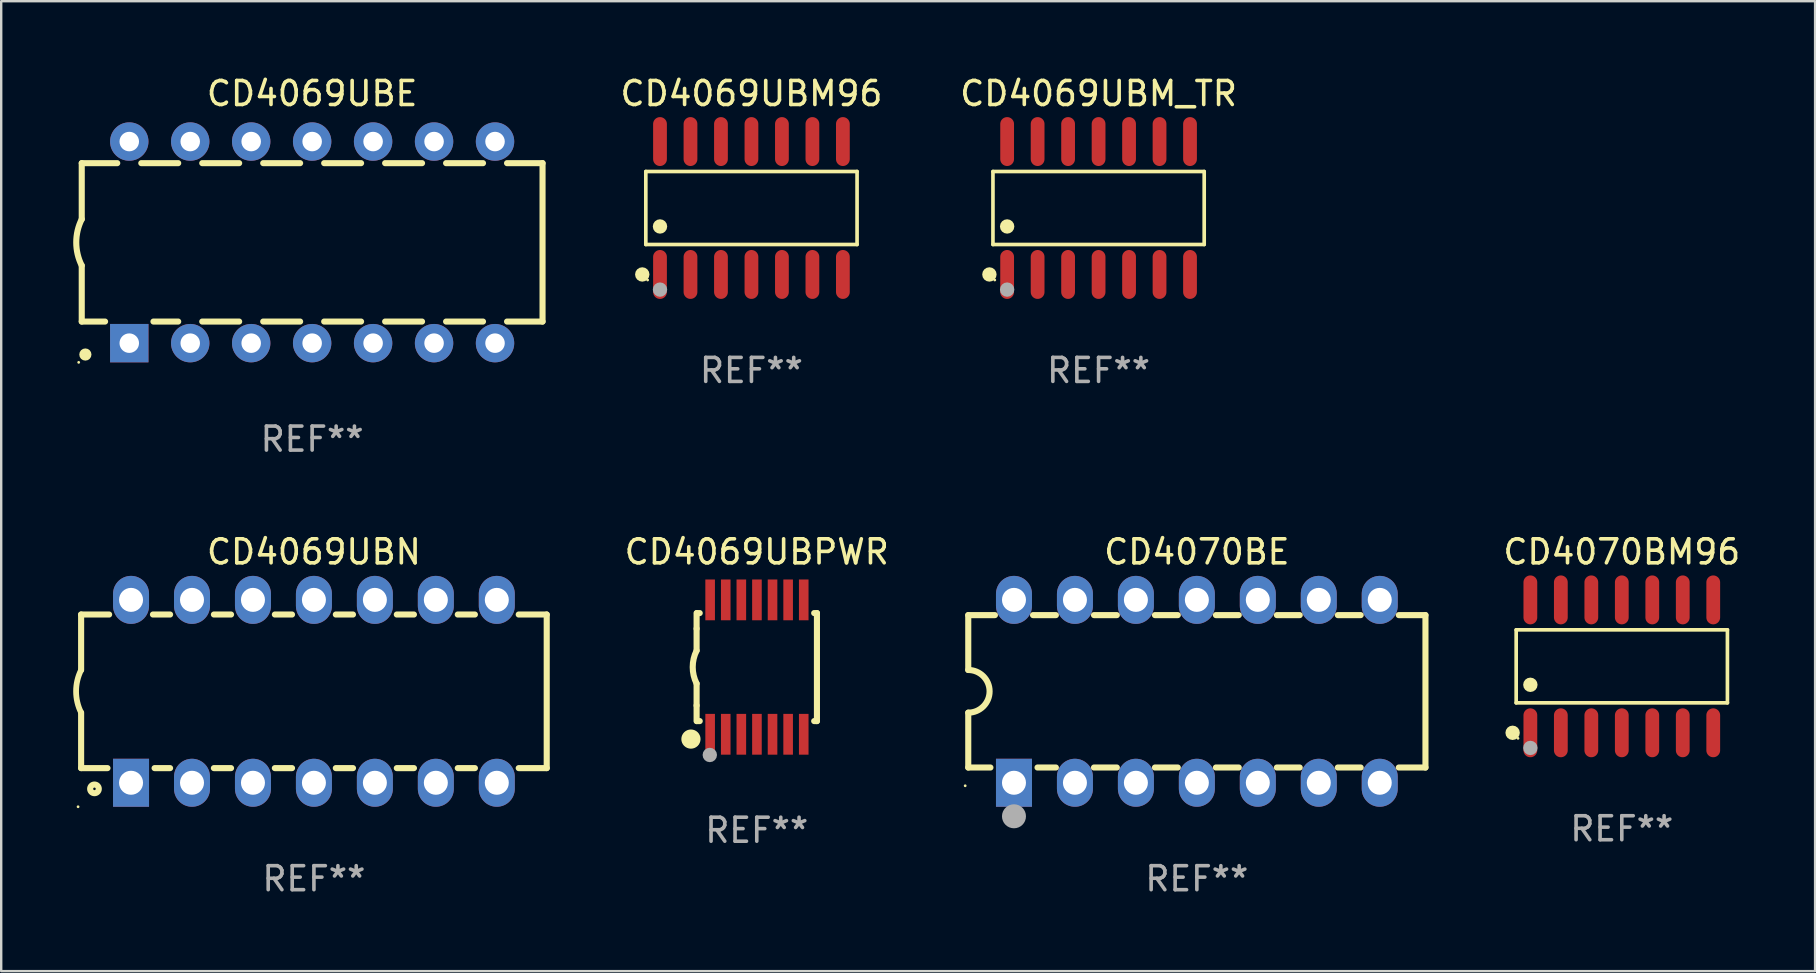
<source format=kicad_pcb>
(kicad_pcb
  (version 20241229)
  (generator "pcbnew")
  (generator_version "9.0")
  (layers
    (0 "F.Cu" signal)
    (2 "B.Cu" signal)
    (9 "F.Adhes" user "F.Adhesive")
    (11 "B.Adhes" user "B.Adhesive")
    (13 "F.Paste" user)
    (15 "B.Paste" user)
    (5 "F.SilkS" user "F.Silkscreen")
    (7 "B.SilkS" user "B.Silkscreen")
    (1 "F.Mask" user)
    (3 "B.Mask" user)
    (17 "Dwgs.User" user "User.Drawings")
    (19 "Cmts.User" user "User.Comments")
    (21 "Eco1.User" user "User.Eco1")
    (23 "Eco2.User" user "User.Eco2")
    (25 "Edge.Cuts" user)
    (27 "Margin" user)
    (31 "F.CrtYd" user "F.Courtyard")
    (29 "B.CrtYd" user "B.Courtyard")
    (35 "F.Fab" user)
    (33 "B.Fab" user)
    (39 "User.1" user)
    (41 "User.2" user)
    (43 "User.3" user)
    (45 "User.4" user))
  (footprint "CD4070BE"
    (layer "F.Cu")
    (at 46.819 25.755)
    (property "Reference" "CD4070BE" (at 0 -5.81 0) (layer "F.SilkS") (effects (font (size 1 1) (thickness 0.15))))
    (attr through_hole)
    (fp_line (start -9.525 -3.175) (end -9.525 -0.889) (stroke (width 0.254) (type solid)) (layer "F.SilkS"))
    (fp_line (start -9.525 -3.175) (end -8.414 -3.175) (stroke (width 0.254) (type solid)) (layer "F.SilkS"))
    (fp_line (start -9.525 3.175) (end -9.525 0.889) (stroke (width 0.254) (type solid)) (layer "F.SilkS"))
    (fp_line (start -8.601 3.175) (end -9.525 3.175) (stroke (width 0.254) (type solid)) (layer "F.SilkS"))
    (fp_line (start -6.826 -3.175) (end -5.874 -3.175) (stroke (width 0.254) (type solid)) (layer "F.SilkS"))
    (fp_line (start -5.874 3.175) (end -6.639 3.175) (stroke (width 0.254) (type solid)) (layer "F.SilkS"))
    (fp_line (start -4.286 -3.175) (end -3.334 -3.175) (stroke (width 0.254) (type solid)) (layer "F.SilkS"))
    (fp_line (start -3.334 3.175) (end -4.286 3.175) (stroke (width 0.254) (type solid)) (layer "F.SilkS"))
    (fp_line (start -1.746 -3.175) (end -0.794 -3.175) (stroke (width 0.254) (type solid)) (layer "F.SilkS"))
    (fp_line (start -0.794 3.175) (end -1.746 3.175) (stroke (width 0.254) (type solid)) (layer "F.SilkS"))
    (fp_line (start 0.794 -3.175) (end 1.746 -3.175) (stroke (width 0.254) (type solid)) (layer "F.SilkS"))
    (fp_line (start 1.746 3.175) (end 0.794 3.175) (stroke (width 0.254) (type solid)) (layer "F.SilkS"))
    (fp_line (start 3.334 -3.175) (end 4.286 -3.175) (stroke (width 0.254) (type solid)) (layer "F.SilkS"))
    (fp_line (start 4.286 3.175) (end 3.334 3.175) (stroke (width 0.254) (type solid)) (layer "F.SilkS"))
    (fp_line (start 5.874 -3.175) (end 6.826 -3.175) (stroke (width 0.254) (type solid)) (layer "F.SilkS"))
    (fp_line (start 6.826 3.175) (end 5.874 3.175) (stroke (width 0.254) (type solid)) (layer "F.SilkS"))
    (fp_line (start 8.414 -3.175) (end 9.525 -3.175) (stroke (width 0.254) (type solid)) (layer "F.SilkS"))
    (fp_line (start 9.525 -3.175) (end 9.525 3.175) (stroke (width 0.254) (type solid)) (layer "F.SilkS"))
    (fp_line (start 9.525 3.175) (end 8.414 3.175) (stroke (width 0.254) (type solid)) (layer "F.SilkS"))
    (fp_arc (start -9.525019 -0.889002) (mid -8.636017 0) (end -9.525019 0.889002) (stroke (width 0.254001) (type solid)) (layer "F.SilkS"))
    (fp_circle (center -9.653 3.935) (end -9.623 3.935) (stroke (width 0.06) (type solid)) (fill no) (layer "F.SilkS"))
    (fp_circle (center -7.62 5.207) (end -7.37 5.207) (stroke (width 0.5) (type solid)) (fill no) (layer "F.Fab"))
    (fp_text user "REF**" (at 0 7.81 0) (layer "F.Fab") (effects (font (size 1 1) (thickness 0.15))))
    (pad "1" thru_hole rect (at -7.62 3.81) (size 1.5 2) (drill 1) (layers "*.Cu" "*.Mask"))
    (pad "2" thru_hole oval (at -5.08 3.81) (size 1.5 2) (drill 1) (layers "*.Cu" "*.Mask"))
    (pad "3" thru_hole oval (at -2.54 3.81) (size 1.5 2) (drill 1) (layers "*.Cu" "*.Mask"))
    (pad "4" thru_hole oval (at 0 3.81) (size 1.5 2) (drill 1) (layers "*.Cu" "*.Mask"))
    (pad "5" thru_hole oval (at 2.54 3.81) (size 1.5 2) (drill 1) (layers "*.Cu" "*.Mask"))
    (pad "6" thru_hole oval (at 5.08 3.81) (size 1.5 2) (drill 1) (layers "*.Cu" "*.Mask"))
    (pad "7" thru_hole oval (at 7.62 3.81) (size 1.5 2) (drill 1) (layers "*.Cu" "*.Mask"))
    (pad "8" thru_hole oval (at 7.62 -3.81) (size 1.5 2) (drill 1) (layers "*.Cu" "*.Mask"))
    (pad "9" thru_hole oval (at 5.08 -3.81) (size 1.5 2) (drill 1) (layers "*.Cu" "*.Mask"))
    (pad "10" thru_hole oval (at 2.54 -3.81) (size 1.5 2) (drill 1) (layers "*.Cu" "*.Mask"))
    (pad "11" thru_hole oval (at 0 -3.81) (size 1.5 2) (drill 1) (layers "*.Cu" "*.Mask"))
    (pad "12" thru_hole oval (at -2.54 -3.81) (size 1.5 2) (drill 1) (layers "*.Cu" "*.Mask"))
    (pad "13" thru_hole oval (at -5.08 -3.81) (size 1.5 2) (drill 1) (layers "*.Cu" "*.Mask"))
    (pad "14" thru_hole oval (at -7.62 -3.81) (size 1.5 2) (drill 1) (layers "*.Cu" "*.Mask")))
  (footprint "CD4070BM96"
    (layer "F.Cu")
    (at 64.525 24.714)
    (property "Reference" "CD4070BM96" (at 0 -4.769 0) (layer "F.SilkS") (effects (font (size 1 1) (thickness 0.15))))
    (attr through_hole)
    (fp_line (start -4.401 -1.521) (end 4.401 -1.521) (stroke (width 0.152) (type solid)) (layer "F.SilkS"))
    (fp_line (start -4.401 1.521) (end -4.401 -1.521) (stroke (width 0.152) (type solid)) (layer "F.SilkS"))
    (fp_line (start 4.401 -1.521) (end 4.401 1.521) (stroke (width 0.152) (type solid)) (layer "F.SilkS"))
    (fp_line (start 4.401 1.521) (end -4.401 1.521) (stroke (width 0.152) (type solid)) (layer "F.SilkS"))
    (fp_circle (center -4.549 2.769) (end -4.399 2.769) (stroke (width 0.3) (type solid)) (fill no) (layer "F.SilkS"))
    (fp_circle (center -4.325 3) (end -4.295 3) (stroke (width 0.06) (type solid)) (fill no) (layer "F.SilkS"))
    (fp_circle (center -3.81 0.769) (end -3.66 0.769) (stroke (width 0.3) (type solid)) (fill no) (layer "F.SilkS"))
    (fp_circle (center -3.81 3.4) (end -3.66 3.4) (stroke (width 0.3) (type solid)) (fill no) (layer "F.Fab"))
    (fp_text user "REF**" (at 0 6.769 0) (layer "F.Fab") (effects (font (size 1 1) (thickness 0.15))))
    (pad "1" smd oval (at -3.81 2.769) (size 0.574 2.038) (layers "F.Cu" "F.Mask" "F.Paste"))
    (pad "2" smd oval (at -2.54 2.769) (size 0.574 2.038) (layers "F.Cu" "F.Mask" "F.Paste"))
    (pad "3" smd oval (at -1.27 2.769) (size 0.574 2.038) (layers "F.Cu" "F.Mask" "F.Paste"))
    (pad "4" smd oval (at 0 2.769) (size 0.574 2.038) (layers "F.Cu" "F.Mask" "F.Paste"))
    (pad "5" smd oval (at 1.27 2.769) (size 0.574 2.038) (layers "F.Cu" "F.Mask" "F.Paste"))
    (pad "6" smd oval (at 2.54 2.769) (size 0.574 2.038) (layers "F.Cu" "F.Mask" "F.Paste"))
    (pad "7" smd oval (at 3.81 2.769) (size 0.574 2.038) (layers "F.Cu" "F.Mask" "F.Paste"))
    (pad "8" smd oval (at 3.81 -2.769) (size 0.574 2.038) (layers "F.Cu" "F.Mask" "F.Paste"))
    (pad "9" smd oval (at 2.54 -2.769) (size 0.574 2.038) (layers "F.Cu" "F.Mask" "F.Paste"))
    (pad "10" smd oval (at 1.27 -2.769) (size 0.574 2.038) (layers "F.Cu" "F.Mask" "F.Paste"))
    (pad "11" smd oval (at 0 -2.769) (size 0.574 2.038) (layers "F.Cu" "F.Mask" "F.Paste"))
    (pad "12" smd oval (at -1.27 -2.769) (size 0.574 2.038) (layers "F.Cu" "F.Mask" "F.Paste"))
    (pad "13" smd oval (at -2.54 -2.769) (size 0.574 2.038) (layers "F.Cu" "F.Mask" "F.Paste"))
    (pad "14" smd oval (at -3.81 -2.769) (size 0.574 2.038) (layers "F.Cu" "F.Mask" "F.Paste")))
  (footprint "CD4069UBM96"
    (layer "F.Cu")
    (at 28.26 5.617)
    (property "Reference" "CD4069UBM96" (at 0 -4.769 0) (layer "F.SilkS") (effects (font (size 1 1) (thickness 0.15))))
    (attr through_hole)
    (fp_line (start -4.401 -1.521) (end 4.401 -1.521) (stroke (width 0.152) (type solid)) (layer "F.SilkS"))
    (fp_line (start -4.401 1.521) (end -4.401 -1.521) (stroke (width 0.152) (type solid)) (layer "F.SilkS"))
    (fp_line (start 4.401 -1.521) (end 4.401 1.521) (stroke (width 0.152) (type solid)) (layer "F.SilkS"))
    (fp_line (start 4.401 1.521) (end -4.401 1.521) (stroke (width 0.152) (type solid)) (layer "F.SilkS"))
    (fp_circle (center -4.549 2.769) (end -4.399 2.769) (stroke (width 0.3) (type solid)) (fill no) (layer "F.SilkS"))
    (fp_circle (center -4.325 3) (end -4.295 3) (stroke (width 0.06) (type solid)) (fill no) (layer "F.SilkS"))
    (fp_circle (center -3.81 0.769) (end -3.66 0.769) (stroke (width 0.3) (type solid)) (fill no) (layer "F.SilkS"))
    (fp_circle (center -3.81 3.4) (end -3.66 3.4) (stroke (width 0.3) (type solid)) (fill no) (layer "F.Fab"))
    (fp_text user "REF**" (at 0 6.769 0) (layer "F.Fab") (effects (font (size 1 1) (thickness 0.15))))
    (pad "1" smd oval (at -3.81 2.769) (size 0.574 2.038) (layers "F.Cu" "F.Mask" "F.Paste"))
    (pad "2" smd oval (at -2.54 2.769) (size 0.574 2.038) (layers "F.Cu" "F.Mask" "F.Paste"))
    (pad "3" smd oval (at -1.27 2.769) (size 0.574 2.038) (layers "F.Cu" "F.Mask" "F.Paste"))
    (pad "4" smd oval (at 0 2.769) (size 0.574 2.038) (layers "F.Cu" "F.Mask" "F.Paste"))
    (pad "5" smd oval (at 1.27 2.769) (size 0.574 2.038) (layers "F.Cu" "F.Mask" "F.Paste"))
    (pad "6" smd oval (at 2.54 2.769) (size 0.574 2.038) (layers "F.Cu" "F.Mask" "F.Paste"))
    (pad "7" smd oval (at 3.81 2.769) (size 0.574 2.038) (layers "F.Cu" "F.Mask" "F.Paste"))
    (pad "8" smd oval (at 3.81 -2.769) (size 0.574 2.038) (layers "F.Cu" "F.Mask" "F.Paste"))
    (pad "9" smd oval (at 2.54 -2.769) (size 0.574 2.038) (layers "F.Cu" "F.Mask" "F.Paste"))
    (pad "10" smd oval (at 1.27 -2.769) (size 0.574 2.038) (layers "F.Cu" "F.Mask" "F.Paste"))
    (pad "11" smd oval (at 0 -2.769) (size 0.574 2.038) (layers "F.Cu" "F.Mask" "F.Paste"))
    (pad "12" smd oval (at -1.27 -2.769) (size 0.574 2.038) (layers "F.Cu" "F.Mask" "F.Paste"))
    (pad "13" smd oval (at -2.54 -2.769) (size 0.574 2.038) (layers "F.Cu" "F.Mask" "F.Paste"))
    (pad "14" smd oval (at -3.81 -2.769) (size 0.574 2.038) (layers "F.Cu" "F.Mask" "F.Paste")))
  (footprint "CD4069UBN"
    (layer "F.Cu")
    (at 10.03 25.755)
    (property "Reference" "CD4069UBN" (at 0 -5.81 0) (layer "F.SilkS") (effects (font (size 1 1) (thickness 0.15))))
    (attr through_hole)
    (fp_line (start -9.7 -3.2) (end -9.7 -0.889) (stroke (width 0.254) (type solid)) (layer "F.SilkS"))
    (fp_line (start -9.7 -3.2) (end -8.533 -3.2) (stroke (width 0.254) (type solid)) (layer "F.SilkS"))
    (fp_line (start -9.7 3.2) (end -9.7 0.889) (stroke (width 0.254) (type solid)) (layer "F.SilkS"))
    (fp_line (start -9.7 3.2) (end -8.601 3.2) (stroke (width 0.254) (type solid)) (layer "F.SilkS"))
    (fp_line (start -6.707 -3.2) (end -5.993 -3.2) (stroke (width 0.254) (type solid)) (layer "F.SilkS"))
    (fp_line (start -6.639 3.2) (end -5.993 3.2) (stroke (width 0.254) (type solid)) (layer "F.SilkS"))
    (fp_line (start -4.168 3.2) (end -3.453 3.2) (stroke (width 0.254) (type solid)) (layer "F.SilkS"))
    (fp_line (start -4.167 -3.2) (end -3.453 -3.2) (stroke (width 0.254) (type solid)) (layer "F.SilkS"))
    (fp_line (start -1.628 3.2) (end -0.912 3.2) (stroke (width 0.254) (type solid)) (layer "F.SilkS"))
    (fp_line (start -1.627 -3.2) (end -0.913 -3.2) (stroke (width 0.254) (type solid)) (layer "F.SilkS"))
    (fp_line (start 0.912 3.2) (end 1.628 3.2) (stroke (width 0.254) (type solid)) (layer "F.SilkS"))
    (fp_line (start 0.913 -3.2) (end 1.627 -3.2) (stroke (width 0.254) (type solid)) (layer "F.SilkS"))
    (fp_line (start 3.453 3.2) (end 4.168 3.2) (stroke (width 0.254) (type solid)) (layer "F.SilkS"))
    (fp_line (start 3.453 -3.2) (end 4.167 -3.2) (stroke (width 0.254) (type solid)) (layer "F.SilkS"))
    (fp_line (start 5.993 3.2) (end 6.708 3.2) (stroke (width 0.254) (type solid)) (layer "F.SilkS"))
    (fp_line (start 5.993 -3.2) (end 6.707 -3.2) (stroke (width 0.254) (type solid)) (layer "F.SilkS"))
    (fp_line (start 8.533 3.2) (end 9.7 3.2) (stroke (width 0.254) (type solid)) (layer "F.SilkS"))
    (fp_line (start 8.533 -3.2) (end 9.7 -3.2) (stroke (width 0.254) (type solid)) (layer "F.SilkS"))
    (fp_line (start 9.7 3.2) (end 9.7 -3.2) (stroke (width 0.254) (type solid)) (layer "F.SilkS"))
    (fp_arc (start -9.699822 0.889002) (mid -9.909826 0.000048) (end -9.700229 -0.889002) (stroke (width 0.240005) (type solid)) (layer "F.SilkS"))
    (fp_circle (center -9.827 4.81) (end -9.797 4.81) (stroke (width 0.06) (type solid)) (fill no) (layer "F.SilkS"))
    (fp_circle (center -9.144 4.064) (end -8.964 4.064) (stroke (width 0.254) (type solid)) (fill no) (layer "F.SilkS"))
    (fp_text user "REF**" (at 0 7.81 0) (layer "F.Fab") (effects (font (size 1 1) (thickness 0.15))))
    (pad "1" thru_hole rect (at -7.62 3.81 90) (size 2 1.5) (drill 1) (layers "*.Cu" "*.Mask"))
    (pad "2" thru_hole oval (at -5.08 3.81 90) (size 2 1.5) (drill 1) (layers "*.Cu" "*.Mask"))
    (pad "3" thru_hole oval (at -2.54 3.81 90) (size 2 1.5) (drill 1) (layers "*.Cu" "*.Mask"))
    (pad "4" thru_hole oval (at 0 3.81 90) (size 2 1.5) (drill 1) (layers "*.Cu" "*.Mask"))
    (pad "5" thru_hole oval (at 2.54 3.81 90) (size 2 1.5) (drill 1) (layers "*.Cu" "*.Mask"))
    (pad "6" thru_hole oval (at 5.08 3.81 90) (size 2 1.5) (drill 1) (layers "*.Cu" "*.Mask"))
    (pad "7" thru_hole oval (at 7.62 3.81 90) (size 2 1.5) (drill 1) (layers "*.Cu" "*.Mask"))
    (pad "8" thru_hole oval (at 7.62 -3.81 90) (size 2 1.5) (drill 1) (layers "*.Cu" "*.Mask"))
    (pad "9" thru_hole oval (at 5.08 -3.81 90) (size 2 1.5) (drill 1) (layers "*.Cu" "*.Mask"))
    (pad "10" thru_hole oval (at 2.54 -3.81 90) (size 2 1.5) (drill 1) (layers "*.Cu" "*.Mask"))
    (pad "11" thru_hole oval (at 0 -3.81 90) (size 2 1.5) (drill 1) (layers "*.Cu" "*.Mask"))
    (pad "12" thru_hole oval (at -2.54 -3.81 90) (size 2 1.5) (drill 1) (layers "*.Cu" "*.Mask"))
    (pad "13" thru_hole oval (at -5.08 -3.81 90) (size 2 1.5) (drill 1) (layers "*.Cu" "*.Mask"))
    (pad "14" thru_hole oval (at -7.62 -3.81 90) (size 2 1.5) (drill 1) (layers "*.Cu" "*.Mask")))
  (footprint "CD4069UBE"
    (layer "F.Cu")
    (at 9.956 7.048)
    (property "Reference" "CD4069UBE" (at 0 -6.2 0) (layer "F.SilkS") (effects (font (size 1 1) (thickness 0.15))))
    (attr through_hole)
    (fp_line (start -9.6 -3.3) (end -9.6 -0.965) (stroke (width 0.254) (type solid)) (layer "F.SilkS"))
    (fp_line (start -9.6 -3.3) (end -8.121 -3.3) (stroke (width 0.254) (type solid)) (layer "F.SilkS"))
    (fp_line (start -9.6 3.3) (end -9.6 0.965) (stroke (width 0.254) (type solid)) (layer "F.SilkS"))
    (fp_line (start -9.6 3.3) (end -8.628 3.3) (stroke (width 0.254) (type solid)) (layer "F.SilkS"))
    (fp_line (start -7.119 -3.3) (end -5.581 -3.3) (stroke (width 0.254) (type solid)) (layer "F.SilkS"))
    (fp_line (start -6.612 3.3) (end -5.581 3.3) (stroke (width 0.254) (type solid)) (layer "F.SilkS"))
    (fp_line (start -4.579 -3.3) (end -3.041 -3.3) (stroke (width 0.254) (type solid)) (layer "F.SilkS"))
    (fp_line (start -4.579 3.3) (end -3.041 3.3) (stroke (width 0.254) (type solid)) (layer "F.SilkS"))
    (fp_line (start -2.039 -3.3) (end -0.501 -3.3) (stroke (width 0.254) (type solid)) (layer "F.SilkS"))
    (fp_line (start -2.039 3.3) (end -0.501 3.3) (stroke (width 0.254) (type solid)) (layer "F.SilkS"))
    (fp_line (start 0.501 -3.3) (end 2.039 -3.3) (stroke (width 0.254) (type solid)) (layer "F.SilkS"))
    (fp_line (start 0.501 3.3) (end 2.039 3.3) (stroke (width 0.254) (type solid)) (layer "F.SilkS"))
    (fp_line (start 3.041 -3.3) (end 4.579 -3.3) (stroke (width 0.254) (type solid)) (layer "F.SilkS"))
    (fp_line (start 3.041 3.3) (end 4.579 3.3) (stroke (width 0.254) (type solid)) (layer "F.SilkS"))
    (fp_line (start 5.581 -3.3) (end 7.119 -3.3) (stroke (width 0.254) (type solid)) (layer "F.SilkS"))
    (fp_line (start 5.581 3.3) (end 7.119 3.3) (stroke (width 0.254) (type solid)) (layer "F.SilkS"))
    (fp_line (start 8.121 -3.3) (end 9.6 -3.3) (stroke (width 0.254) (type solid)) (layer "F.SilkS"))
    (fp_line (start 8.121 3.3) (end 9.6 3.3) (stroke (width 0.254) (type solid)) (layer "F.SilkS"))
    (fp_line (start 9.6 -3.3) (end 9.6 3.3) (stroke (width 0.254) (type solid)) (layer "F.SilkS"))
    (fp_arc (start -9.601219 0.965202) (mid -9.828641 -0.00004) (end -9.600025 -0.964999) (stroke (width 0.254001) (type solid)) (layer "F.SilkS"))
    (fp_circle (center -9.727 5) (end -9.697 5) (stroke (width 0.06) (type solid)) (fill no) (layer "F.SilkS"))
    (fp_circle (center -9.449 4.674) (end -9.322 4.674) (stroke (width 0.254) (type solid)) (fill no) (layer "F.SilkS"))
    (fp_text user "REF**" (at 0 8.2 0) (layer "F.Fab") (effects (font (size 1 1) (thickness 0.15))))
    (pad "1" thru_hole rect (at -7.62 4.2) (size 1.6 1.6) (drill 0.813) (layers "*.Cu" "*.Mask"))
    (pad "2" thru_hole circle (at -5.08 4.2) (size 1.6 1.6) (drill 0.813) (layers "*.Cu" "*.Mask"))
    (pad "3" thru_hole circle (at -2.54 4.2) (size 1.6 1.6) (drill 0.813) (layers "*.Cu" "*.Mask"))
    (pad "4" thru_hole circle (at 0 4.2) (size 1.6 1.6) (drill 0.813) (layers "*.Cu" "*.Mask"))
    (pad "5" thru_hole circle (at 2.54 4.2) (size 1.6 1.6) (drill 0.813) (layers "*.Cu" "*.Mask"))
    (pad "6" thru_hole circle (at 5.08 4.2) (size 1.6 1.6) (drill 0.813) (layers "*.Cu" "*.Mask"))
    (pad "7" thru_hole circle (at 7.62 4.2) (size 1.6 1.6) (drill 0.813) (layers "*.Cu" "*.Mask"))
    (pad "8" thru_hole circle (at 7.62 -4.2) (size 1.6 1.6) (drill 0.813) (layers "*.Cu" "*.Mask"))
    (pad "9" thru_hole circle (at 5.08 -4.2) (size 1.6 1.6) (drill 0.813) (layers "*.Cu" "*.Mask"))
    (pad "10" thru_hole circle (at 2.54 -4.2) (size 1.6 1.6) (drill 0.813) (layers "*.Cu" "*.Mask"))
    (pad "11" thru_hole circle (at 0 -4.2) (size 1.6 1.6) (drill 0.813) (layers "*.Cu" "*.Mask"))
    (pad "12" thru_hole circle (at -2.54 -4.2) (size 1.6 1.6) (drill 0.813) (layers "*.Cu" "*.Mask"))
    (pad "13" thru_hole circle (at -5.08 -4.2) (size 1.6 1.6) (drill 0.813) (layers "*.Cu" "*.Mask"))
    (pad "14" thru_hole circle (at -7.62 -4.2) (size 1.6 1.6) (drill 0.813) (layers "*.Cu" "*.Mask")))
  (footprint "CD4069UBM_TR"
    (layer "F.Cu")
    (at 42.724 5.617)
    (property "Reference" "CD4069UBM_TR" (at 0 -4.769 0) (layer "F.SilkS") (effects (font (size 1 1) (thickness 0.15))))
    (attr through_hole)
    (fp_line (start -4.401 -1.521) (end 4.401 -1.521) (stroke (width 0.152) (type solid)) (layer "F.SilkS"))
    (fp_line (start -4.401 1.521) (end -4.401 -1.521) (stroke (width 0.152) (type solid)) (layer "F.SilkS"))
    (fp_line (start 4.401 -1.521) (end 4.401 1.521) (stroke (width 0.152) (type solid)) (layer "F.SilkS"))
    (fp_line (start 4.401 1.521) (end -4.401 1.521) (stroke (width 0.152) (type solid)) (layer "F.SilkS"))
    (fp_circle (center -4.549 2.769) (end -4.399 2.769) (stroke (width 0.3) (type solid)) (fill no) (layer "F.SilkS"))
    (fp_circle (center -4.325 3) (end -4.295 3) (stroke (width 0.06) (type solid)) (fill no) (layer "F.SilkS"))
    (fp_circle (center -3.81 0.769) (end -3.66 0.769) (stroke (width 0.3) (type solid)) (fill no) (layer "F.SilkS"))
    (fp_circle (center -3.81 3.4) (end -3.66 3.4) (stroke (width 0.3) (type solid)) (fill no) (layer "F.Fab"))
    (fp_text user "REF**" (at 0 6.769 0) (layer "F.Fab") (effects (font (size 1 1) (thickness 0.15))))
    (pad "1" smd oval (at -3.81 2.769) (size 0.574 2.038) (layers "F.Cu" "F.Mask" "F.Paste"))
    (pad "2" smd oval (at -2.54 2.769) (size 0.574 2.038) (layers "F.Cu" "F.Mask" "F.Paste"))
    (pad "3" smd oval (at -1.27 2.769) (size 0.574 2.038) (layers "F.Cu" "F.Mask" "F.Paste"))
    (pad "4" smd oval (at 0 2.769) (size 0.574 2.038) (layers "F.Cu" "F.Mask" "F.Paste"))
    (pad "5" smd oval (at 1.27 2.769) (size 0.574 2.038) (layers "F.Cu" "F.Mask" "F.Paste"))
    (pad "6" smd oval (at 2.54 2.769) (size 0.574 2.038) (layers "F.Cu" "F.Mask" "F.Paste"))
    (pad "7" smd oval (at 3.81 2.769) (size 0.574 2.038) (layers "F.Cu" "F.Mask" "F.Paste"))
    (pad "8" smd oval (at 3.81 -2.769) (size 0.574 2.038) (layers "F.Cu" "F.Mask" "F.Paste"))
    (pad "9" smd oval (at 2.54 -2.769) (size 0.574 2.038) (layers "F.Cu" "F.Mask" "F.Paste"))
    (pad "10" smd oval (at 1.27 -2.769) (size 0.574 2.038) (layers "F.Cu" "F.Mask" "F.Paste"))
    (pad "11" smd oval (at 0 -2.769) (size 0.574 2.038) (layers "F.Cu" "F.Mask" "F.Paste"))
    (pad "12" smd oval (at -1.27 -2.769) (size 0.574 2.038) (layers "F.Cu" "F.Mask" "F.Paste"))
    (pad "13" smd oval (at -2.54 -2.769) (size 0.574 2.038) (layers "F.Cu" "F.Mask" "F.Paste"))
    (pad "14" smd oval (at -3.81 -2.769) (size 0.574 2.038) (layers "F.Cu" "F.Mask" "F.Paste")))
  (footprint "CD4069UBPWR"
    (layer "F.Cu")
    (at 28.482 24.745)
    (property "Reference" "CD4069UBPWR" (at 0 -4.8 0) (layer "F.SilkS") (effects (font (size 1 1) (thickness 0.15))))
    (attr through_hole)
    (fp_line (start -2.507 -1.6) (end -2.507 -2.25) (stroke (width 0.254) (type solid)) (layer "F.SilkS"))
    (fp_line (start -2.507 -0.686) (end -2.507 -1.6) (stroke (width 0.254) (type solid)) (layer "F.SilkS"))
    (fp_line (start -2.507 1.6) (end -2.507 0.686) (stroke (width 0.254) (type solid)) (layer "F.SilkS"))
    (fp_line (start -2.507 1.6) (end -2.507 2.25) (stroke (width 0.254) (type solid)) (layer "F.SilkS"))
    (fp_line (start -2.493 -2.25) (end -2.377 -2.25) (stroke (width 0.254) (type solid)) (layer "F.SilkS"))
    (fp_line (start -2.377 2.25) (end -2.493 2.25) (stroke (width 0.254) (type solid)) (layer "F.SilkS"))
    (fp_line (start 2.392 -2.25) (end 2.507 -2.25) (stroke (width 0.254) (type solid)) (layer "F.SilkS"))
    (fp_line (start 2.507 -2.25) (end 2.507 2.25) (stroke (width 0.254) (type solid)) (layer "F.SilkS"))
    (fp_line (start 2.507 2.25) (end 2.392 2.25) (stroke (width 0.254) (type solid)) (layer "F.SilkS"))
    (fp_arc (start -2.507303 0.685802) (mid -2.669199 0) (end -2.507303 -0.685801) (stroke (width 0.254001) (type solid)) (layer "F.SilkS"))
    (fp_circle (center -2.743 3) (end -2.543 3) (stroke (width 0.4) (type solid)) (fill no) (layer "F.SilkS"))
    (fp_circle (center -2.493 3.2) (end -2.463 3.2) (stroke (width 0.06) (type solid)) (fill no) (layer "F.SilkS"))
    (fp_circle (center -1.957 3.662) (end -1.807 3.662) (stroke (width 0.3) (type solid)) (fill no) (layer "F.Fab"))
    (fp_text user "REF**" (at 0 6.8 0) (layer "F.Fab") (effects (font (size 1 1) (thickness 0.15))))
    (pad "1" smd rect (at -1.943 2.8) (size 0.4 1.7) (layers "F.Cu" "F.Mask" "F.Paste"))
    (pad "2" smd rect (at -1.293 2.8) (size 0.4 1.7) (layers "F.Cu" "F.Mask" "F.Paste"))
    (pad "3" smd rect (at -0.643 2.8) (size 0.4 1.7) (layers "F.Cu" "F.Mask" "F.Paste"))
    (pad "4" smd rect (at 0.007 2.8) (size 0.4 1.7) (layers "F.Cu" "F.Mask" "F.Paste"))
    (pad "5" smd rect (at 0.657 2.8) (size 0.4 1.7) (layers "F.Cu" "F.Mask" "F.Paste"))
    (pad "6" smd rect (at 1.307 2.8) (size 0.4 1.7) (layers "F.Cu" "F.Mask" "F.Paste"))
    (pad "7" smd rect (at 1.957 2.8) (size 0.4 1.7) (layers "F.Cu" "F.Mask" "F.Paste"))
    (pad "8" smd rect (at 1.957 -2.8) (size 0.4 1.7) (layers "F.Cu" "F.Mask" "F.Paste"))
    (pad "9" smd rect (at 1.307 -2.8) (size 0.4 1.7) (layers "F.Cu" "F.Mask" "F.Paste"))
    (pad "10" smd rect (at 0.657 -2.8) (size 0.4 1.7) (layers "F.Cu" "F.Mask" "F.Paste"))
    (pad "11" smd rect (at 0.007 -2.8) (size 0.4 1.7) (layers "F.Cu" "F.Mask" "F.Paste"))
    (pad "12" smd rect (at -0.643 -2.8) (size 0.4 1.7) (layers "F.Cu" "F.Mask" "F.Paste"))
    (pad "13" smd rect (at -1.293 -2.8) (size 0.4 1.7) (layers "F.Cu" "F.Mask" "F.Paste"))
    (pad "14" smd rect (at -1.943 -2.8) (size 0.4 1.7) (layers "F.Cu" "F.Mask" "F.Paste")))
  (gr_rect
    (start -3 -3)
    (end 72.579 37.413)
    (stroke (width 0.1) (type default))
    (fill no)
    (layer "Edge.Cuts")))
</source>
